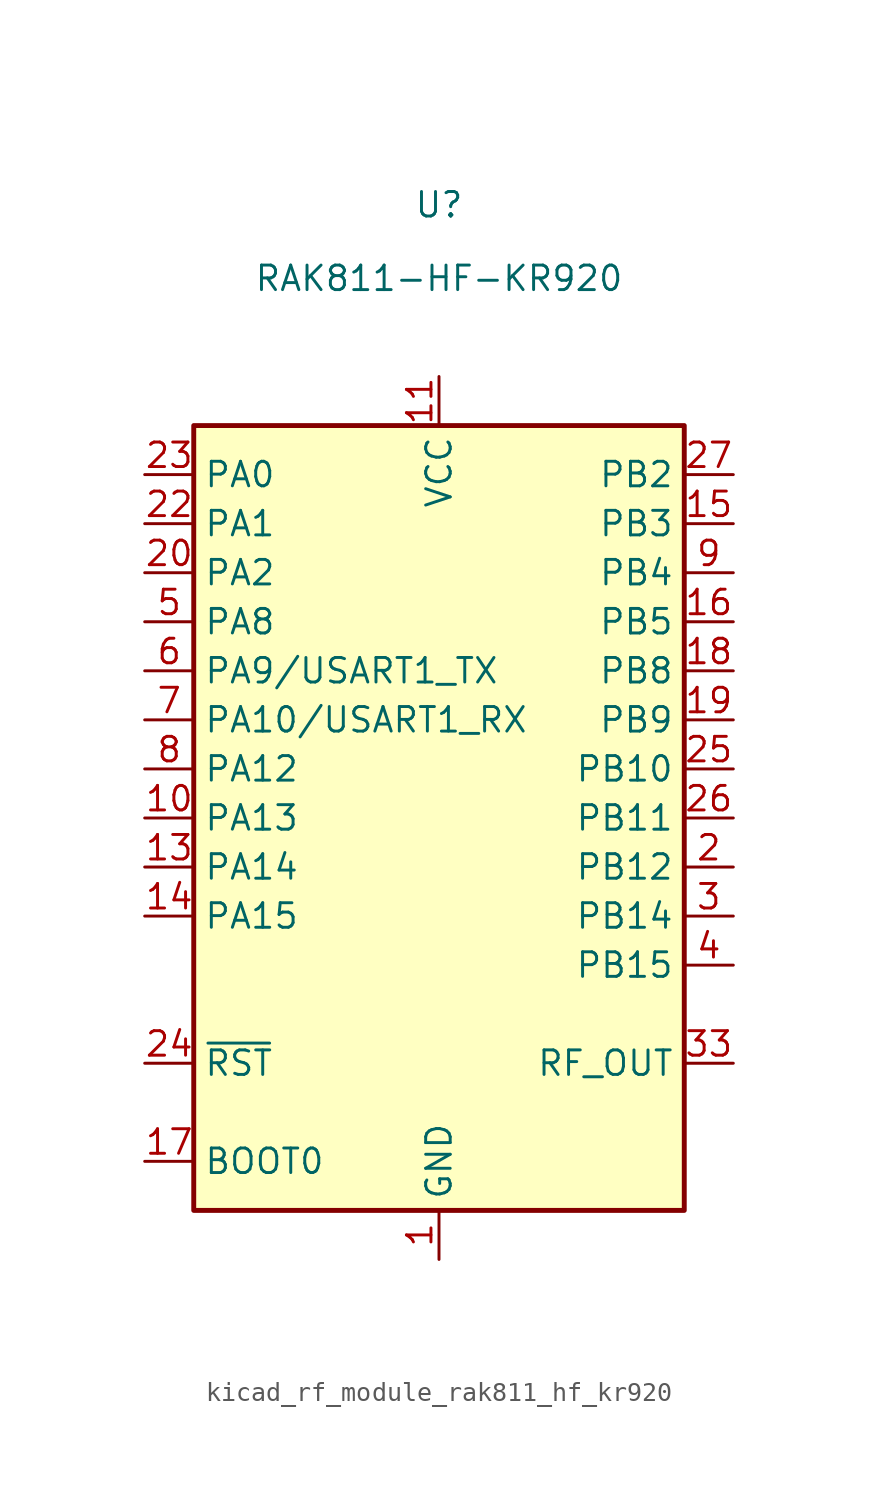
<source format=kicad_sym>
(kicad_symbol_lib
  (version 20220914)
  (generator kicad_symbol_editor)
  (symbol "kicad_rf_module_rak811_hf_kr920"
    (property "Reference" "U"
      (at 0 31.75 0)
      (effects (font (size 1.27 1.27))))
    (property "Value" "RAK811-HF-KR920"
      (at 0 27.94 0)
      (effects (font (size 1.27 1.27))))
    (symbol "kicad_rf_module_rak811_hf_kr920_0_0"
      (pin power_in line (at 0 -22.86 90) (length 2.54) (name "GND" (effects (font (size 1.27 1.27)))) (number "1" (effects (font (size 1.27 1.27)))))
      (pin bidirectional line (at -15.24 0 0) (length 2.54) (name "PA13" (effects (font (size 1.27 1.27)))) (number "10" (effects (font (size 1.27 1.27)))))
      (pin power_in line (at 0 22.86 270) (length 2.54) (name "VCC" (effects (font (size 1.27 1.27)))) (number "11" (effects (font (size 1.27 1.27)))))
      (pin passive line (at 0 -22.86 90) (length 2.54) hide (name "GND" (effects (font (size 1.27 1.27)))) (number "12" (effects (font (size 1.27 1.27)))))
      (pin bidirectional line (at -15.24 -2.54 0) (length 2.54) (name "PA14" (effects (font (size 1.27 1.27)))) (number "13" (effects (font (size 1.27 1.27)))))
      (pin bidirectional line (at -15.24 -5.08 0) (length 2.54) (name "PA15" (effects (font (size 1.27 1.27)))) (number "14" (effects (font (size 1.27 1.27)))))
      (pin bidirectional line (at 15.24 15.24 180) (length 2.54) (name "PB3" (effects (font (size 1.27 1.27)))) (number "15" (effects (font (size 1.27 1.27)))))
      (pin bidirectional line (at 15.24 10.16 180) (length 2.54) (name "PB5" (effects (font (size 1.27 1.27)))) (number "16" (effects (font (size 1.27 1.27)))))
      (pin input line (at -15.24 -17.78 0) (length 2.54) (name "BOOT0" (effects (font (size 1.27 1.27)))) (number "17" (effects (font (size 1.27 1.27)))))
      (pin bidirectional line (at 15.24 7.62 180) (length 2.54) (name "PB8" (effects (font (size 1.27 1.27)))) (number "18" (effects (font (size 1.27 1.27)))))
      (pin bidirectional line (at 15.24 5.08 180) (length 2.54) (name "PB9" (effects (font (size 1.27 1.27)))) (number "19" (effects (font (size 1.27 1.27)))))
      (pin bidirectional line (at 15.24 -2.54 180) (length 2.54) (name "PB12" (effects (font (size 1.27 1.27)))) (number "2" (effects (font (size 1.27 1.27)))))
      (pin bidirectional line (at -15.24 12.7 0) (length 2.54) (name "PA2" (effects (font (size 1.27 1.27)))) (number "20" (effects (font (size 1.27 1.27)))))
      (pin passive line (at 0 -22.86 90) (length 2.54) hide (name "GND" (effects (font (size 1.27 1.27)))) (number "21" (effects (font (size 1.27 1.27)))))
      (pin bidirectional line (at -15.24 15.24 0) (length 2.54) (name "PA1" (effects (font (size 1.27 1.27)))) (number "22" (effects (font (size 1.27 1.27)))))
      (pin bidirectional line (at -15.24 17.78 0) (length 2.54) (name "PA0" (effects (font (size 1.27 1.27)))) (number "23" (effects (font (size 1.27 1.27)))))
      (pin input line (at -15.24 -12.7 0) (length 2.54) (name "~{RST}" (effects (font (size 1.27 1.27)))) (number "24" (effects (font (size 1.27 1.27)))))
      (pin bidirectional line (at 15.24 2.54 180) (length 2.54) (name "PB10" (effects (font (size 1.27 1.27)))) (number "25" (effects (font (size 1.27 1.27)))))
      (pin bidirectional line (at 15.24 0 180) (length 2.54) (name "PB11" (effects (font (size 1.27 1.27)))) (number "26" (effects (font (size 1.27 1.27)))))
      (pin bidirectional line (at 15.24 17.78 180) (length 2.54) (name "PB2" (effects (font (size 1.27 1.27)))) (number "27" (effects (font (size 1.27 1.27)))))
      (pin passive line (at 0 -22.86 90) (length 2.54) hide (name "GND" (effects (font (size 1.27 1.27)))) (number "28" (effects (font (size 1.27 1.27)))))
      (pin passive line (at 0 -22.86 90) (length 2.54) hide (name "GND" (effects (font (size 1.27 1.27)))) (number "29" (effects (font (size 1.27 1.27)))))
      (pin bidirectional line (at 15.24 -5.08 180) (length 2.54) (name "PB14" (effects (font (size 1.27 1.27)))) (number "3" (effects (font (size 1.27 1.27)))))
      (pin passive line (at 0 -22.86 90) (length 2.54) hide (name "GND" (effects (font (size 1.27 1.27)))) (number "30" (effects (font (size 1.27 1.27)))))
      (pin passive line (at 0 -22.86 90) (length 2.54) hide (name "GND" (effects (font (size 1.27 1.27)))) (number "31" (effects (font (size 1.27 1.27)))))
      (pin passive line (at 0 -22.86 90) (length 2.54) hide (name "GND" (effects (font (size 1.27 1.27)))) (number "32" (effects (font (size 1.27 1.27)))))
      (pin passive line (at 15.24 -12.7 180) (length 2.54) (name "RF_OUT" (effects (font (size 1.27 1.27)))) (number "33" (effects (font (size 1.27 1.27)))))
      (pin passive line (at 0 -22.86 90) (length 2.54) hide (name "GND" (effects (font (size 1.27 1.27)))) (number "34" (effects (font (size 1.27 1.27)))))
      (pin bidirectional line (at 15.24 -7.62 180) (length 2.54) (name "PB15" (effects (font (size 1.27 1.27)))) (number "4" (effects (font (size 1.27 1.27)))))
      (pin bidirectional line (at -15.24 10.16 0) (length 2.54) (name "PA8" (effects (font (size 1.27 1.27)))) (number "5" (effects (font (size 1.27 1.27)))))
      (pin bidirectional line (at -15.24 7.62 0) (length 2.54) (name "PA9/USART1_TX" (effects (font (size 1.27 1.27)))) (number "6" (effects (font (size 1.27 1.27)))))
      (pin bidirectional line (at -15.24 5.08 0) (length 2.54) (name "PA10/USART1_RX" (effects (font (size 1.27 1.27)))) (number "7" (effects (font (size 1.27 1.27)))))
      (pin bidirectional line (at -15.24 2.54 0) (length 2.54) (name "PA12" (effects (font (size 1.27 1.27)))) (number "8" (effects (font (size 1.27 1.27)))))
      (pin bidirectional line (at 15.24 12.7 180) (length 2.54) (name "PB4" (effects (font (size 1.27 1.27)))) (number "9" (effects (font (size 1.27 1.27))))))
    (symbol "kicad_rf_module_rak811_hf_kr920_0_1"
      (rectangle (start 12.7 -20.32) (end -12.7 20.32) (stroke (width 0.254) (type default)) (fill (type background))))))
</source>
